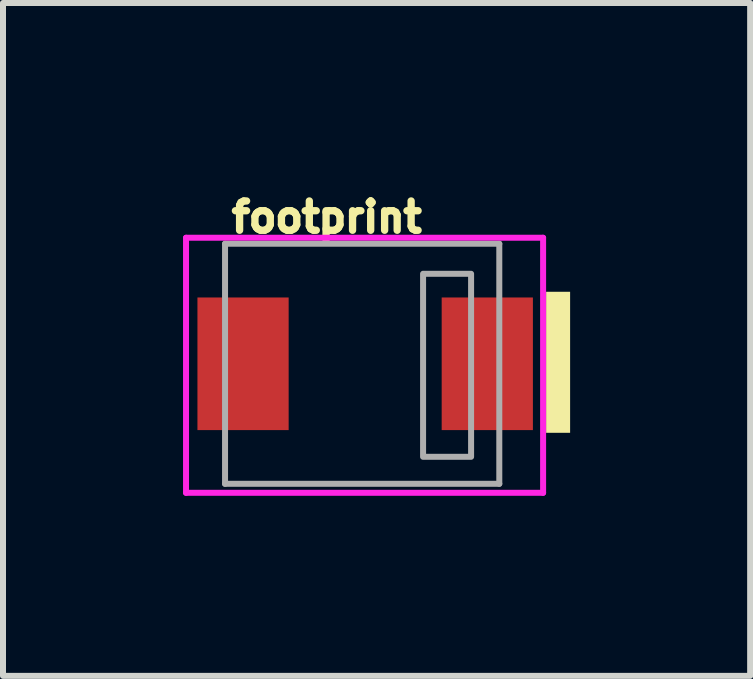
<source format=kicad_pcb>
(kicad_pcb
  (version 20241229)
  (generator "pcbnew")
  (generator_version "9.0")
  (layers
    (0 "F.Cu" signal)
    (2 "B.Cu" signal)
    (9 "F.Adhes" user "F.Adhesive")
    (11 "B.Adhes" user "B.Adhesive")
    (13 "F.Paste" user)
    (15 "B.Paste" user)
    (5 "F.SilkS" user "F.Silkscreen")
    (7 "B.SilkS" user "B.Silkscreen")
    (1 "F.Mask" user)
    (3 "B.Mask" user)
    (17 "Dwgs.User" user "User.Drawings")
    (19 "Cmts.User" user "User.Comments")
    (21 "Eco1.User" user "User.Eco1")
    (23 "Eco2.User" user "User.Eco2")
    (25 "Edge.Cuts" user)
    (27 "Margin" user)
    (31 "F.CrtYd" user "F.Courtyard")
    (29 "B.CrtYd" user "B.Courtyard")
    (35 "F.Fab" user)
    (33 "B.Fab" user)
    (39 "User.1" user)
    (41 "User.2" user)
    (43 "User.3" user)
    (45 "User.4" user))
  (footprint "footprint"
    (layer "F.Cu")
    (at 3.032 3.012)
    (property "Reference" "footprint" (at -2.286 -2.159 0) (layer "F.SilkS") (effects (font (size 0.488 0.488) (thickness 0.122)) (justify left bottom)))
    (fp_poly (pts (xy 3.018 1.15) (xy 3.418 1.15) (xy 3.418 -1.2) (xy 3.018 -1.2)) (stroke (width 0) (type solid)) (fill yes) (layer "F.SilkS"))
    (fp_line (start -2.982 -2.1) (end -2.982 2.15) (stroke (width 0.1) (type solid)) (layer "F.CrtYd"))
    (fp_line (start -2.982 2.15) (end 2.968 2.15) (stroke (width 0.1) (type solid)) (layer "F.CrtYd"))
    (fp_line (start 2.968 -2.1) (end -2.982 -2.1) (stroke (width 0.1) (type solid)) (layer "F.CrtYd"))
    (fp_line (start 2.968 2.15) (end 2.968 -2.1) (stroke (width 0.1) (type solid)) (layer "F.CrtYd"))
    (fp_line (start -2.332 -2) (end -2.332 2) (stroke (width 0.1) (type solid)) (layer "F.Fab"))
    (fp_line (start -2.332 2) (end 2.238 2) (stroke (width 0.1) (type solid)) (layer "F.Fab"))
    (fp_line (start 2.238 -2) (end -2.332 -2) (stroke (width 0.1) (type solid)) (layer "F.Fab"))
    (fp_line (start 2.238 2) (end 2.238 -2) (stroke (width 0.1) (type solid)) (layer "F.Fab"))
    (fp_poly (pts (xy 0.968 1.55) (xy 1.768 1.55) (xy 1.768 -1.5) (xy 0.968 -1.5)) (stroke (width 0.1) (type solid)) (fill no) (layer "F.Fab"))
    (pad "A" smd rect (at -2.032 0) (size 1.52 2.21) (layers "F.Cu" "F.Mask" "F.Paste"))
    (pad "C" smd rect (at 2.038 0) (size 1.52 2.21) (layers "F.Cu" "F.Mask" "F.Paste")))
  (gr_rect
    (start -3 -3)
    (end 9.45 8.212)
    (stroke (width 0.1) (type default))
    (fill no)
    (layer "Edge.Cuts")))
</source>
